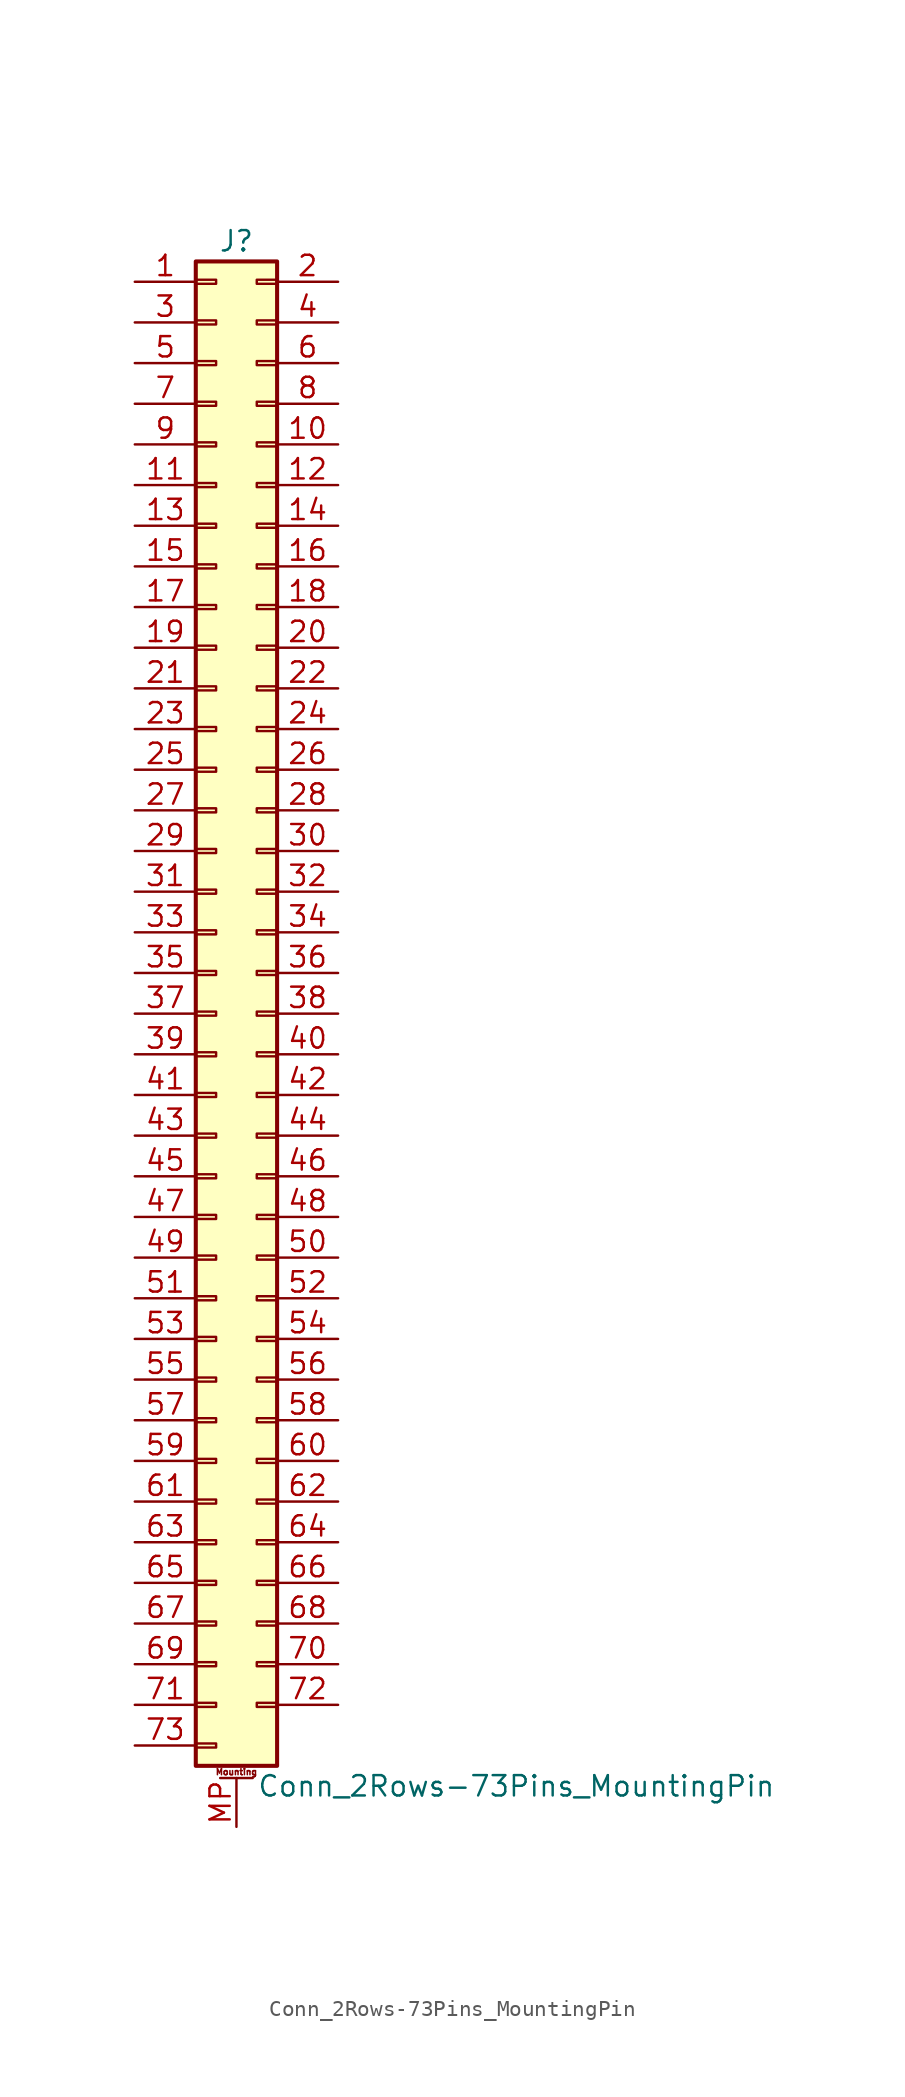
<source format=kicad_sym>
(kicad_symbol_lib
  (version 20211014)
  (generator kicad_symbol_editor)
  (symbol "Conn_2Rows-73Pins_MountingPin"
    (pin_names
      (offset 1.016) hide)
    (property "Reference" "J"
      (at 1.27 48.26 0)
      (effects (font (size 1.27 1.27))))
    (property "Value" "Conn_2Rows-73Pins_MountingPin"
      (at 2.54 -48.26 0)
      (effects (font (size 1.27 1.27)) (justify left)))
    (symbol "Conn_2Rows-73Pins_MountingPin_1_1"
      (rectangle (start -1.27 -45.593) (end 0 -45.847) (stroke (width 0.152) (type default) (color 0 0 0 0)) (fill (type none)))
      (rectangle (start -1.27 -43.053) (end 0 -43.307) (stroke (width 0.152) (type default) (color 0 0 0 0)) (fill (type none)))
      (rectangle (start -1.27 -40.513) (end 0 -40.767) (stroke (width 0.152) (type default) (color 0 0 0 0)) (fill (type none)))
      (rectangle (start -1.27 -37.973) (end 0 -38.227) (stroke (width 0.152) (type default) (color 0 0 0 0)) (fill (type none)))
      (rectangle (start -1.27 -35.433) (end 0 -35.687) (stroke (width 0.152) (type default) (color 0 0 0 0)) (fill (type none)))
      (rectangle (start -1.27 -32.893) (end 0 -33.147) (stroke (width 0.152) (type default) (color 0 0 0 0)) (fill (type none)))
      (rectangle (start -1.27 -30.353) (end 0 -30.607) (stroke (width 0.152) (type default) (color 0 0 0 0)) (fill (type none)))
      (rectangle (start -1.27 -27.813) (end 0 -28.067) (stroke (width 0.152) (type default) (color 0 0 0 0)) (fill (type none)))
      (rectangle (start -1.27 -25.273) (end 0 -25.527) (stroke (width 0.152) (type default) (color 0 0 0 0)) (fill (type none)))
      (rectangle (start -1.27 -22.733) (end 0 -22.987) (stroke (width 0.152) (type default) (color 0 0 0 0)) (fill (type none)))
      (rectangle (start -1.27 -20.193) (end 0 -20.447) (stroke (width 0.152) (type default) (color 0 0 0 0)) (fill (type none)))
      (rectangle (start -1.27 -17.653) (end 0 -17.907) (stroke (width 0.152) (type default) (color 0 0 0 0)) (fill (type none)))
      (rectangle (start -1.27 -15.113) (end 0 -15.367) (stroke (width 0.152) (type default) (color 0 0 0 0)) (fill (type none)))
      (rectangle (start -1.27 -12.573) (end 0 -12.827) (stroke (width 0.152) (type default) (color 0 0 0 0)) (fill (type none)))
      (rectangle (start -1.27 -10.033) (end 0 -10.287) (stroke (width 0.152) (type default) (color 0 0 0 0)) (fill (type none)))
      (rectangle (start -1.27 -7.493) (end 0 -7.747) (stroke (width 0.152) (type default) (color 0 0 0 0)) (fill (type none)))
      (rectangle (start -1.27 -4.953) (end 0 -5.207) (stroke (width 0.152) (type default) (color 0 0 0 0)) (fill (type none)))
      (rectangle (start -1.27 -2.413) (end 0 -2.667) (stroke (width 0.152) (type default) (color 0 0 0 0)) (fill (type none)))
      (rectangle (start -1.27 0.127) (end 0 -0.127) (stroke (width 0.152) (type default) (color 0 0 0 0)) (fill (type none)))
      (rectangle (start -1.27 2.667) (end 0 2.413) (stroke (width 0.152) (type default) (color 0 0 0 0)) (fill (type none)))
      (rectangle (start -1.27 5.207) (end 0 4.953) (stroke (width 0.152) (type default) (color 0 0 0 0)) (fill (type none)))
      (rectangle (start -1.27 7.747) (end 0 7.493) (stroke (width 0.152) (type default) (color 0 0 0 0)) (fill (type none)))
      (rectangle (start -1.27 10.287) (end 0 10.033) (stroke (width 0.152) (type default) (color 0 0 0 0)) (fill (type none)))
      (rectangle (start -1.27 12.827) (end 0 12.573) (stroke (width 0.152) (type default) (color 0 0 0 0)) (fill (type none)))
      (rectangle (start -1.27 15.367) (end 0 15.113) (stroke (width 0.152) (type default) (color 0 0 0 0)) (fill (type none)))
      (rectangle (start -1.27 17.907) (end 0 17.653) (stroke (width 0.152) (type default) (color 0 0 0 0)) (fill (type none)))
      (rectangle (start -1.27 20.447) (end 0 20.193) (stroke (width 0.152) (type default) (color 0 0 0 0)) (fill (type none)))
      (rectangle (start -1.27 22.987) (end 0 22.733) (stroke (width 0.152) (type default) (color 0 0 0 0)) (fill (type none)))
      (rectangle (start -1.27 25.527) (end 0 25.273) (stroke (width 0.152) (type default) (color 0 0 0 0)) (fill (type none)))
      (rectangle (start -1.27 28.067) (end 0 27.813) (stroke (width 0.152) (type default) (color 0 0 0 0)) (fill (type none)))
      (rectangle (start -1.27 30.607) (end 0 30.353) (stroke (width 0.152) (type default) (color 0 0 0 0)) (fill (type none)))
      (rectangle (start -1.27 33.147) (end 0 32.893) (stroke (width 0.152) (type default) (color 0 0 0 0)) (fill (type none)))
      (rectangle (start -1.27 35.687) (end 0 35.433) (stroke (width 0.152) (type default) (color 0 0 0 0)) (fill (type none)))
      (rectangle (start -1.27 38.227) (end 0 37.973) (stroke (width 0.152) (type default) (color 0 0 0 0)) (fill (type none)))
      (rectangle (start -1.27 40.767) (end 0 40.513) (stroke (width 0.152) (type default) (color 0 0 0 0)) (fill (type none)))
      (rectangle (start -1.27 43.307) (end 0 43.053) (stroke (width 0.152) (type default) (color 0 0 0 0)) (fill (type none)))
      (rectangle (start -1.27 45.847) (end 0 45.593) (stroke (width 0.152) (type default) (color 0 0 0 0)) (fill (type none)))
      (rectangle (start -1.27 46.99) (end 3.81 -46.99) (stroke (width 0.254) (type default) (color 0 0 0 0)) (fill (type background)))
      (polyline (pts (xy 0.254 -47.752) (xy 2.286 -47.752)) (stroke (width 0.152) (type default) (color 0 0 0 0)) (fill (type none)))
      (rectangle (start 3.81 -43.053) (end 2.54 -43.307) (stroke (width 0.152) (type default) (color 0 0 0 0)) (fill (type none)))
      (rectangle (start 3.81 -40.513) (end 2.54 -40.767) (stroke (width 0.152) (type default) (color 0 0 0 0)) (fill (type none)))
      (rectangle (start 3.81 -37.973) (end 2.54 -38.227) (stroke (width 0.152) (type default) (color 0 0 0 0)) (fill (type none)))
      (rectangle (start 3.81 -35.433) (end 2.54 -35.687) (stroke (width 0.152) (type default) (color 0 0 0 0)) (fill (type none)))
      (rectangle (start 3.81 -32.893) (end 2.54 -33.147) (stroke (width 0.152) (type default) (color 0 0 0 0)) (fill (type none)))
      (rectangle (start 3.81 -30.353) (end 2.54 -30.607) (stroke (width 0.152) (type default) (color 0 0 0 0)) (fill (type none)))
      (rectangle (start 3.81 -27.813) (end 2.54 -28.067) (stroke (width 0.152) (type default) (color 0 0 0 0)) (fill (type none)))
      (rectangle (start 3.81 -25.273) (end 2.54 -25.527) (stroke (width 0.152) (type default) (color 0 0 0 0)) (fill (type none)))
      (rectangle (start 3.81 -22.733) (end 2.54 -22.987) (stroke (width 0.152) (type default) (color 0 0 0 0)) (fill (type none)))
      (rectangle (start 3.81 -20.193) (end 2.54 -20.447) (stroke (width 0.152) (type default) (color 0 0 0 0)) (fill (type none)))
      (rectangle (start 3.81 -17.653) (end 2.54 -17.907) (stroke (width 0.152) (type default) (color 0 0 0 0)) (fill (type none)))
      (rectangle (start 3.81 -15.113) (end 2.54 -15.367) (stroke (width 0.152) (type default) (color 0 0 0 0)) (fill (type none)))
      (rectangle (start 3.81 -12.573) (end 2.54 -12.827) (stroke (width 0.152) (type default) (color 0 0 0 0)) (fill (type none)))
      (rectangle (start 3.81 -10.033) (end 2.54 -10.287) (stroke (width 0.152) (type default) (color 0 0 0 0)) (fill (type none)))
      (rectangle (start 3.81 -7.493) (end 2.54 -7.747) (stroke (width 0.152) (type default) (color 0 0 0 0)) (fill (type none)))
      (rectangle (start 3.81 -4.953) (end 2.54 -5.207) (stroke (width 0.152) (type default) (color 0 0 0 0)) (fill (type none)))
      (rectangle (start 3.81 -2.413) (end 2.54 -2.667) (stroke (width 0.152) (type default) (color 0 0 0 0)) (fill (type none)))
      (rectangle (start 3.81 0.127) (end 2.54 -0.127) (stroke (width 0.152) (type default) (color 0 0 0 0)) (fill (type none)))
      (rectangle (start 3.81 2.667) (end 2.54 2.413) (stroke (width 0.152) (type default) (color 0 0 0 0)) (fill (type none)))
      (rectangle (start 3.81 5.207) (end 2.54 4.953) (stroke (width 0.152) (type default) (color 0 0 0 0)) (fill (type none)))
      (rectangle (start 3.81 7.747) (end 2.54 7.493) (stroke (width 0.152) (type default) (color 0 0 0 0)) (fill (type none)))
      (rectangle (start 3.81 10.287) (end 2.54 10.033) (stroke (width 0.152) (type default) (color 0 0 0 0)) (fill (type none)))
      (rectangle (start 3.81 12.827) (end 2.54 12.573) (stroke (width 0.152) (type default) (color 0 0 0 0)) (fill (type none)))
      (rectangle (start 3.81 15.367) (end 2.54 15.113) (stroke (width 0.152) (type default) (color 0 0 0 0)) (fill (type none)))
      (rectangle (start 3.81 17.907) (end 2.54 17.653) (stroke (width 0.152) (type default) (color 0 0 0 0)) (fill (type none)))
      (rectangle (start 3.81 20.447) (end 2.54 20.193) (stroke (width 0.152) (type default) (color 0 0 0 0)) (fill (type none)))
      (rectangle (start 3.81 22.987) (end 2.54 22.733) (stroke (width 0.152) (type default) (color 0 0 0 0)) (fill (type none)))
      (rectangle (start 3.81 25.527) (end 2.54 25.273) (stroke (width 0.152) (type default) (color 0 0 0 0)) (fill (type none)))
      (rectangle (start 3.81 28.067) (end 2.54 27.813) (stroke (width 0.152) (type default) (color 0 0 0 0)) (fill (type none)))
      (rectangle (start 3.81 30.607) (end 2.54 30.353) (stroke (width 0.152) (type default) (color 0 0 0 0)) (fill (type none)))
      (rectangle (start 3.81 33.147) (end 2.54 32.893) (stroke (width 0.152) (type default) (color 0 0 0 0)) (fill (type none)))
      (rectangle (start 3.81 35.687) (end 2.54 35.433) (stroke (width 0.152) (type default) (color 0 0 0 0)) (fill (type none)))
      (rectangle (start 3.81 38.227) (end 2.54 37.973) (stroke (width 0.152) (type default) (color 0 0 0 0)) (fill (type none)))
      (rectangle (start 3.81 40.767) (end 2.54 40.513) (stroke (width 0.152) (type default) (color 0 0 0 0)) (fill (type none)))
      (rectangle (start 3.81 43.307) (end 2.54 43.053) (stroke (width 0.152) (type default) (color 0 0 0 0)) (fill (type none)))
      (rectangle (start 3.81 45.847) (end 2.54 45.593) (stroke (width 0.152) (type default) (color 0 0 0 0)) (fill (type none)))
      (text "Mounting" (at 1.27 -47.371 0) (effects (font (size 0.381 0.381))))
      (pin passive line (at -5.08 45.72 0) (length 3.81) (name "Pin_1" (effects (font (size 1.27 1.27)))) (number "1" (effects (font (size 1.27 1.27)))))
      (pin passive line (at 7.62 35.56 180) (length 3.81) (name "Pin_10" (effects (font (size 1.27 1.27)))) (number "10" (effects (font (size 1.27 1.27)))))
      (pin passive line (at -5.08 33.02 0) (length 3.81) (name "Pin_11" (effects (font (size 1.27 1.27)))) (number "11" (effects (font (size 1.27 1.27)))))
      (pin passive line (at 7.62 33.02 180) (length 3.81) (name "Pin_12" (effects (font (size 1.27 1.27)))) (number "12" (effects (font (size 1.27 1.27)))))
      (pin passive line (at -5.08 30.48 0) (length 3.81) (name "Pin_13" (effects (font (size 1.27 1.27)))) (number "13" (effects (font (size 1.27 1.27)))))
      (pin passive line (at 7.62 30.48 180) (length 3.81) (name "Pin_14" (effects (font (size 1.27 1.27)))) (number "14" (effects (font (size 1.27 1.27)))))
      (pin passive line (at -5.08 27.94 0) (length 3.81) (name "Pin_15" (effects (font (size 1.27 1.27)))) (number "15" (effects (font (size 1.27 1.27)))))
      (pin passive line (at 7.62 27.94 180) (length 3.81) (name "Pin_16" (effects (font (size 1.27 1.27)))) (number "16" (effects (font (size 1.27 1.27)))))
      (pin passive line (at -5.08 25.4 0) (length 3.81) (name "Pin_17" (effects (font (size 1.27 1.27)))) (number "17" (effects (font (size 1.27 1.27)))))
      (pin passive line (at 7.62 25.4 180) (length 3.81) (name "Pin_18" (effects (font (size 1.27 1.27)))) (number "18" (effects (font (size 1.27 1.27)))))
      (pin passive line (at -5.08 22.86 0) (length 3.81) (name "Pin_19" (effects (font (size 1.27 1.27)))) (number "19" (effects (font (size 1.27 1.27)))))
      (pin passive line (at 7.62 45.72 180) (length 3.81) (name "Pin_2" (effects (font (size 1.27 1.27)))) (number "2" (effects (font (size 1.27 1.27)))))
      (pin passive line (at 7.62 22.86 180) (length 3.81) (name "Pin_20" (effects (font (size 1.27 1.27)))) (number "20" (effects (font (size 1.27 1.27)))))
      (pin passive line (at -5.08 20.32 0) (length 3.81) (name "Pin_21" (effects (font (size 1.27 1.27)))) (number "21" (effects (font (size 1.27 1.27)))))
      (pin passive line (at 7.62 20.32 180) (length 3.81) (name "Pin_22" (effects (font (size 1.27 1.27)))) (number "22" (effects (font (size 1.27 1.27)))))
      (pin passive line (at -5.08 17.78 0) (length 3.81) (name "Pin_23" (effects (font (size 1.27 1.27)))) (number "23" (effects (font (size 1.27 1.27)))))
      (pin passive line (at 7.62 17.78 180) (length 3.81) (name "Pin_24" (effects (font (size 1.27 1.27)))) (number "24" (effects (font (size 1.27 1.27)))))
      (pin passive line (at -5.08 15.24 0) (length 3.81) (name "Pin_25" (effects (font (size 1.27 1.27)))) (number "25" (effects (font (size 1.27 1.27)))))
      (pin passive line (at 7.62 15.24 180) (length 3.81) (name "Pin_26" (effects (font (size 1.27 1.27)))) (number "26" (effects (font (size 1.27 1.27)))))
      (pin passive line (at -5.08 12.7 0) (length 3.81) (name "Pin_27" (effects (font (size 1.27 1.27)))) (number "27" (effects (font (size 1.27 1.27)))))
      (pin passive line (at 7.62 12.7 180) (length 3.81) (name "Pin_28" (effects (font (size 1.27 1.27)))) (number "28" (effects (font (size 1.27 1.27)))))
      (pin passive line (at -5.08 10.16 0) (length 3.81) (name "Pin_29" (effects (font (size 1.27 1.27)))) (number "29" (effects (font (size 1.27 1.27)))))
      (pin passive line (at -5.08 43.18 0) (length 3.81) (name "Pin_3" (effects (font (size 1.27 1.27)))) (number "3" (effects (font (size 1.27 1.27)))))
      (pin passive line (at 7.62 10.16 180) (length 3.81) (name "Pin_30" (effects (font (size 1.27 1.27)))) (number "30" (effects (font (size 1.27 1.27)))))
      (pin passive line (at -5.08 7.62 0) (length 3.81) (name "Pin_31" (effects (font (size 1.27 1.27)))) (number "31" (effects (font (size 1.27 1.27)))))
      (pin passive line (at 7.62 7.62 180) (length 3.81) (name "Pin_32" (effects (font (size 1.27 1.27)))) (number "32" (effects (font (size 1.27 1.27)))))
      (pin passive line (at -5.08 5.08 0) (length 3.81) (name "Pin_33" (effects (font (size 1.27 1.27)))) (number "33" (effects (font (size 1.27 1.27)))))
      (pin passive line (at 7.62 5.08 180) (length 3.81) (name "Pin_34" (effects (font (size 1.27 1.27)))) (number "34" (effects (font (size 1.27 1.27)))))
      (pin passive line (at -5.08 2.54 0) (length 3.81) (name "Pin_35" (effects (font (size 1.27 1.27)))) (number "35" (effects (font (size 1.27 1.27)))))
      (pin passive line (at 7.62 2.54 180) (length 3.81) (name "Pin_36" (effects (font (size 1.27 1.27)))) (number "36" (effects (font (size 1.27 1.27)))))
      (pin passive line (at -5.08 0 0) (length 3.81) (name "Pin_37" (effects (font (size 1.27 1.27)))) (number "37" (effects (font (size 1.27 1.27)))))
      (pin passive line (at 7.62 0 180) (length 3.81) (name "Pin_38" (effects (font (size 1.27 1.27)))) (number "38" (effects (font (size 1.27 1.27)))))
      (pin passive line (at -5.08 -2.54 0) (length 3.81) (name "Pin_39" (effects (font (size 1.27 1.27)))) (number "39" (effects (font (size 1.27 1.27)))))
      (pin passive line (at 7.62 43.18 180) (length 3.81) (name "Pin_4" (effects (font (size 1.27 1.27)))) (number "4" (effects (font (size 1.27 1.27)))))
      (pin passive line (at 7.62 -2.54 180) (length 3.81) (name "Pin_40" (effects (font (size 1.27 1.27)))) (number "40" (effects (font (size 1.27 1.27)))))
      (pin passive line (at -5.08 -5.08 0) (length 3.81) (name "Pin_41" (effects (font (size 1.27 1.27)))) (number "41" (effects (font (size 1.27 1.27)))))
      (pin passive line (at 7.62 -5.08 180) (length 3.81) (name "Pin_42" (effects (font (size 1.27 1.27)))) (number "42" (effects (font (size 1.27 1.27)))))
      (pin passive line (at -5.08 -7.62 0) (length 3.81) (name "Pin_43" (effects (font (size 1.27 1.27)))) (number "43" (effects (font (size 1.27 1.27)))))
      (pin passive line (at 7.62 -7.62 180) (length 3.81) (name "Pin_44" (effects (font (size 1.27 1.27)))) (number "44" (effects (font (size 1.27 1.27)))))
      (pin passive line (at -5.08 -10.16 0) (length 3.81) (name "Pin_45" (effects (font (size 1.27 1.27)))) (number "45" (effects (font (size 1.27 1.27)))))
      (pin passive line (at 7.62 -10.16 180) (length 3.81) (name "Pin_46" (effects (font (size 1.27 1.27)))) (number "46" (effects (font (size 1.27 1.27)))))
      (pin passive line (at -5.08 -12.7 0) (length 3.81) (name "Pin_47" (effects (font (size 1.27 1.27)))) (number "47" (effects (font (size 1.27 1.27)))))
      (pin passive line (at 7.62 -12.7 180) (length 3.81) (name "Pin_48" (effects (font (size 1.27 1.27)))) (number "48" (effects (font (size 1.27 1.27)))))
      (pin passive line (at -5.08 -15.24 0) (length 3.81) (name "Pin_49" (effects (font (size 1.27 1.27)))) (number "49" (effects (font (size 1.27 1.27)))))
      (pin passive line (at -5.08 40.64 0) (length 3.81) (name "Pin_5" (effects (font (size 1.27 1.27)))) (number "5" (effects (font (size 1.27 1.27)))))
      (pin passive line (at 7.62 -15.24 180) (length 3.81) (name "Pin_50" (effects (font (size 1.27 1.27)))) (number "50" (effects (font (size 1.27 1.27)))))
      (pin passive line (at -5.08 -17.78 0) (length 3.81) (name "Pin_51" (effects (font (size 1.27 1.27)))) (number "51" (effects (font (size 1.27 1.27)))))
      (pin passive line (at 7.62 -17.78 180) (length 3.81) (name "Pin_52" (effects (font (size 1.27 1.27)))) (number "52" (effects (font (size 1.27 1.27)))))
      (pin passive line (at -5.08 -20.32 0) (length 3.81) (name "Pin_53" (effects (font (size 1.27 1.27)))) (number "53" (effects (font (size 1.27 1.27)))))
      (pin passive line (at 7.62 -20.32 180) (length 3.81) (name "Pin_54" (effects (font (size 1.27 1.27)))) (number "54" (effects (font (size 1.27 1.27)))))
      (pin passive line (at -5.08 -22.86 0) (length 3.81) (name "Pin_55" (effects (font (size 1.27 1.27)))) (number "55" (effects (font (size 1.27 1.27)))))
      (pin passive line (at 7.62 -22.86 180) (length 3.81) (name "Pin_56" (effects (font (size 1.27 1.27)))) (number "56" (effects (font (size 1.27 1.27)))))
      (pin passive line (at -5.08 -25.4 0) (length 3.81) (name "Pin_57" (effects (font (size 1.27 1.27)))) (number "57" (effects (font (size 1.27 1.27)))))
      (pin passive line (at 7.62 -25.4 180) (length 3.81) (name "Pin_58" (effects (font (size 1.27 1.27)))) (number "58" (effects (font (size 1.27 1.27)))))
      (pin passive line (at -5.08 -27.94 0) (length 3.81) (name "Pin_59" (effects (font (size 1.27 1.27)))) (number "59" (effects (font (size 1.27 1.27)))))
      (pin passive line (at 7.62 40.64 180) (length 3.81) (name "Pin_6" (effects (font (size 1.27 1.27)))) (number "6" (effects (font (size 1.27 1.27)))))
      (pin passive line (at 7.62 -27.94 180) (length 3.81) (name "Pin_60" (effects (font (size 1.27 1.27)))) (number "60" (effects (font (size 1.27 1.27)))))
      (pin passive line (at -5.08 -30.48 0) (length 3.81) (name "Pin_61" (effects (font (size 1.27 1.27)))) (number "61" (effects (font (size 1.27 1.27)))))
      (pin passive line (at 7.62 -30.48 180) (length 3.81) (name "Pin_62" (effects (font (size 1.27 1.27)))) (number "62" (effects (font (size 1.27 1.27)))))
      (pin passive line (at -5.08 -33.02 0) (length 3.81) (name "Pin_63" (effects (font (size 1.27 1.27)))) (number "63" (effects (font (size 1.27 1.27)))))
      (pin passive line (at 7.62 -33.02 180) (length 3.81) (name "Pin_64" (effects (font (size 1.27 1.27)))) (number "64" (effects (font (size 1.27 1.27)))))
      (pin passive line (at -5.08 -35.56 0) (length 3.81) (name "Pin_65" (effects (font (size 1.27 1.27)))) (number "65" (effects (font (size 1.27 1.27)))))
      (pin passive line (at 7.62 -35.56 180) (length 3.81) (name "Pin_66" (effects (font (size 1.27 1.27)))) (number "66" (effects (font (size 1.27 1.27)))))
      (pin passive line (at -5.08 -38.1 0) (length 3.81) (name "Pin_67" (effects (font (size 1.27 1.27)))) (number "67" (effects (font (size 1.27 1.27)))))
      (pin passive line (at 7.62 -38.1 180) (length 3.81) (name "Pin_68" (effects (font (size 1.27 1.27)))) (number "68" (effects (font (size 1.27 1.27)))))
      (pin passive line (at -5.08 -40.64 0) (length 3.81) (name "Pin_69" (effects (font (size 1.27 1.27)))) (number "69" (effects (font (size 1.27 1.27)))))
      (pin passive line (at -5.08 38.1 0) (length 3.81) (name "Pin_7" (effects (font (size 1.27 1.27)))) (number "7" (effects (font (size 1.27 1.27)))))
      (pin passive line (at 7.62 -40.64 180) (length 3.81) (name "Pin_70" (effects (font (size 1.27 1.27)))) (number "70" (effects (font (size 1.27 1.27)))))
      (pin passive line (at -5.08 -43.18 0) (length 3.81) (name "Pin_71" (effects (font (size 1.27 1.27)))) (number "71" (effects (font (size 1.27 1.27)))))
      (pin passive line (at 7.62 -43.18 180) (length 3.81) (name "Pin_72" (effects (font (size 1.27 1.27)))) (number "72" (effects (font (size 1.27 1.27)))))
      (pin passive line (at -5.08 -45.72 0) (length 3.81) (name "Pin_73" (effects (font (size 1.27 1.27)))) (number "73" (effects (font (size 1.27 1.27)))))
      (pin passive line (at 7.62 38.1 180) (length 3.81) (name "Pin_8" (effects (font (size 1.27 1.27)))) (number "8" (effects (font (size 1.27 1.27)))))
      (pin passive line (at -5.08 35.56 0) (length 3.81) (name "Pin_9" (effects (font (size 1.27 1.27)))) (number "9" (effects (font (size 1.27 1.27)))))
      (pin passive line (at 1.27 -50.8 90) (length 3.048) (name "MountPin" (effects (font (size 1.27 1.27)))) (number "MP" (effects (font (size 1.27 1.27))))))))
</source>
